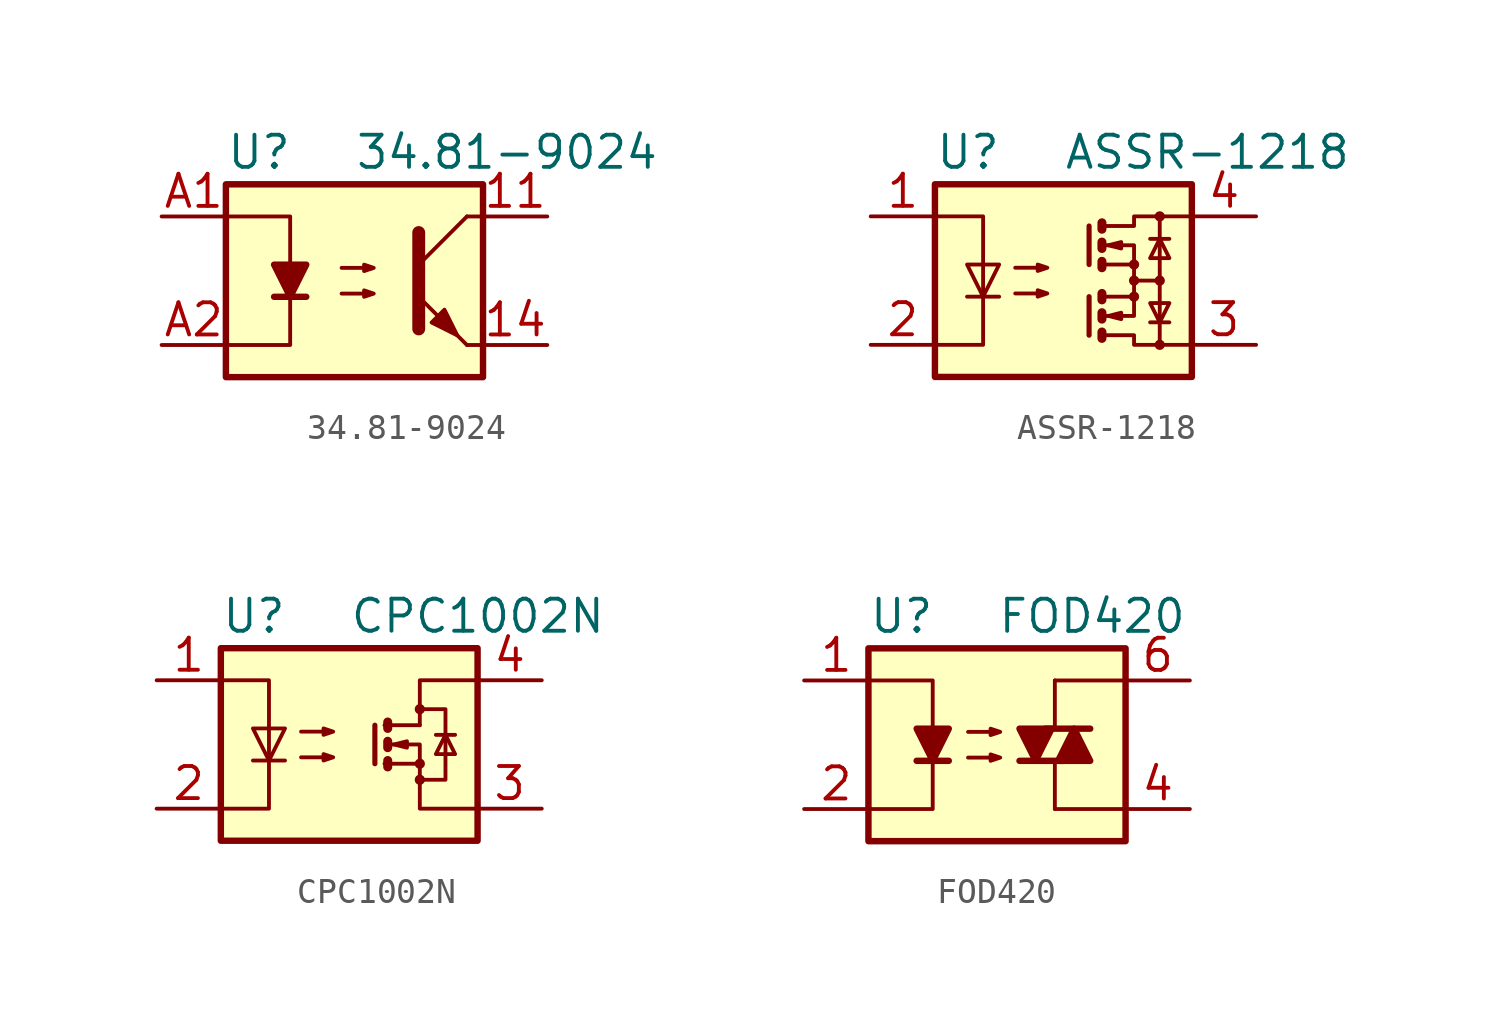
<source format=kicad_sym>
(kicad_symbol_lib
  (version 20201005)
  (generator kicad_symbol_editor)
  (symbol "34.81-9024"
    (pin_names
      (offset 1.016))
    (property "Reference" "U"
      (at -5.08 5.08 0)
      (effects (font (size 1.27 1.27)) (justify left)))
    (property "Value" "34.81-9024"
      (at 0 5.08 0)
      (effects (font (size 1.27 1.27)) (justify left)))
    (symbol "34.81-9024_0_1"
      (rectangle (start -5.08 3.81) (end 5.08 -3.81) (stroke (width 0.254)) (fill (type background)))
      (polyline (pts (xy -3.175 -0.635) (xy -1.905 -0.635)) (stroke (width 0.254)) (fill (type none)))
      (polyline (pts (xy 2.54 0.635) (xy 4.445 2.54)) (stroke (width 0)) (fill (type none)))
      (polyline (pts (xy 4.445 -2.54) (xy 2.54 -0.635)) (stroke (width 0)) (fill (type outline)))
      (polyline (pts (xy 4.445 -2.54) (xy 5.08 -2.54)) (stroke (width 0)) (fill (type none)))
      (polyline (pts (xy 4.445 2.54) (xy 5.08 2.54)) (stroke (width 0)) (fill (type none)))
      (polyline (pts (xy -5.08 2.54) (xy -2.54 2.54) (xy -2.54 0.635)) (stroke (width 0)) (fill (type none)))
      (polyline (pts (xy -2.54 -0.635) (xy -2.54 -2.54) (xy -5.08 -2.54)) (stroke (width 0)) (fill (type none)))
      (polyline (pts (xy 2.54 1.905) (xy 2.54 -1.905) (xy 2.54 -1.905)) (stroke (width 0.508)) (fill (type none)))
      (polyline (pts (xy -2.54 -0.635) (xy -3.175 0.635) (xy -1.905 0.635) (xy -2.54 -0.635)) (stroke (width 0.254)) (fill (type outline)))
      (polyline (pts (xy -0.508 -0.508) (xy 0.762 -0.508) (xy 0.381 -0.635) (xy 0.381 -0.381) (xy 0.762 -0.508)) (stroke (width 0)) (fill (type none)))
      (polyline (pts (xy -0.508 0.508) (xy 0.762 0.508) (xy 0.381 0.381) (xy 0.381 0.635) (xy 0.762 0.508)) (stroke (width 0)) (fill (type none)))
      (polyline (pts (xy 3.048 -1.651) (xy 3.556 -1.143) (xy 4.064 -2.159) (xy 3.048 -1.651) (xy 3.048 -1.651)) (stroke (width 0)) (fill (type outline))))
    (symbol "34.81-9024_1_1"
      (pin passive line (at 7.62 2.54 180) (length 2.54) (name "~" (effects (font (size 1.27 1.27)))) (number "11" (effects (font (size 1.27 1.27)))))
      (pin passive line (at 7.62 -2.54 180) (length 2.54) (name "~" (effects (font (size 1.27 1.27)))) (number "14" (effects (font (size 1.27 1.27)))))
      (pin passive line (at -7.62 2.54 0) (length 2.54) (name "~" (effects (font (size 1.27 1.27)))) (number "A1" (effects (font (size 1.27 1.27)))))
      (pin passive line (at -7.62 -2.54 0) (length 2.54) (name "~" (effects (font (size 1.27 1.27)))) (number "A2" (effects (font (size 1.27 1.27)))))))
  (symbol "ASSR-1218"
    (pin_names
      (offset 1.016))
    (property "Reference" "U"
      (at -5.08 5.08 0)
      (effects (font (size 1.27 1.27)) (justify left)))
    (property "Value" "ASSR-1218"
      (at 0 5.08 0)
      (effects (font (size 1.27 1.27)) (justify left)))
    (symbol "ASSR-1218_0_1"
      (circle (center 2.794 -0.635) (radius 0.127) (stroke (width 0)) (fill (type none)))
      (circle (center 2.794 0) (radius 0.127) (stroke (width 0)) (fill (type none)))
      (circle (center 2.794 0.635) (radius 0.127) (stroke (width 0)) (fill (type none)))
      (circle (center 3.81 -2.54) (radius 0.127) (stroke (width 0)) (fill (type none)))
      (circle (center 3.81 0) (radius 0.127) (stroke (width 0)) (fill (type none)))
      (circle (center 3.81 2.54) (radius 0.127) (stroke (width 0)) (fill (type none)))
      (rectangle (start -5.08 3.81) (end 5.08 -3.81) (stroke (width 0.254)) (fill (type background)))
      (polyline (pts (xy -3.81 -0.635) (xy -2.54 -0.635)) (stroke (width 0)) (fill (type none)))
      (polyline (pts (xy -3.175 0.635) (xy -3.175 -0.635)) (stroke (width 0)) (fill (type none)))
      (polyline (pts (xy 1.016 -0.635) (xy 1.016 -2.159)) (stroke (width 0.203)) (fill (type none)))
      (polyline (pts (xy 1.016 2.159) (xy 1.016 0.635)) (stroke (width 0.203)) (fill (type none)))
      (polyline (pts (xy 1.524 -0.508) (xy 1.524 -0.762)) (stroke (width 0.356)) (fill (type none)))
      (polyline (pts (xy 2.794 0) (xy 3.81 0)) (stroke (width 0)) (fill (type none)))
      (polyline (pts (xy 3.429 -1.651) (xy 4.191 -1.651)) (stroke (width 0)) (fill (type none)))
      (polyline (pts (xy 3.429 1.651) (xy 4.191 1.651)) (stroke (width 0)) (fill (type none)))
      (polyline (pts (xy 3.81 0) (xy 3.81 -2.54)) (stroke (width 0)) (fill (type none)))
      (polyline (pts (xy 3.81 0) (xy 3.81 2.54)) (stroke (width 0)) (fill (type none)))
      (polyline (pts (xy -5.08 2.54) (xy -3.175 2.54) (xy -3.175 0.635)) (stroke (width 0)) (fill (type none)))
      (polyline (pts (xy -3.175 -0.635) (xy -3.175 -2.54) (xy -5.08 -2.54)) (stroke (width 0)) (fill (type none)))
      (polyline (pts (xy 1.524 -2.032) (xy 1.524 -2.286) (xy 1.524 -2.286)) (stroke (width 0.356)) (fill (type none)))
      (polyline (pts (xy 1.524 -1.27) (xy 1.524 -1.524) (xy 1.524 -1.524)) (stroke (width 0.356)) (fill (type none)))
      (polyline (pts (xy 1.524 0.762) (xy 1.524 0.508) (xy 1.524 0.508)) (stroke (width 0.356)) (fill (type none)))
      (polyline (pts (xy 1.524 1.524) (xy 1.524 1.27) (xy 1.524 1.27)) (stroke (width 0.356)) (fill (type none)))
      (polyline (pts (xy 1.524 2.286) (xy 1.524 2.032) (xy 1.524 2.032)) (stroke (width 0.356)) (fill (type none)))
      (polyline (pts (xy 1.651 -1.397) (xy 2.794 -1.397) (xy 2.794 -0.635)) (stroke (width 0)) (fill (type none)))
      (polyline (pts (xy 1.651 1.397) (xy 2.794 1.397) (xy 2.794 0.635)) (stroke (width 0)) (fill (type none)))
      (polyline (pts (xy -3.175 -0.635) (xy -3.81 0.635) (xy -2.54 0.635) (xy -3.175 -0.635)) (stroke (width 0)) (fill (type none)))
      (polyline (pts (xy 1.651 -2.159) (xy 2.794 -2.159) (xy 2.794 -2.54) (xy 5.08 -2.54)) (stroke (width 0)) (fill (type none)))
      (polyline (pts (xy 1.651 -0.635) (xy 2.794 -0.635) (xy 2.794 0.635) (xy 1.651 0.635)) (stroke (width 0)) (fill (type none)))
      (polyline (pts (xy 1.651 2.159) (xy 2.794 2.159) (xy 2.794 2.54) (xy 5.08 2.54)) (stroke (width 0)) (fill (type none)))
      (polyline (pts (xy 1.778 -1.397) (xy 2.286 -1.27) (xy 2.286 -1.524) (xy 1.778 -1.397)) (stroke (width 0)) (fill (type none)))
      (polyline (pts (xy 1.778 1.397) (xy 2.286 1.524) (xy 2.286 1.27) (xy 1.778 1.397)) (stroke (width 0)) (fill (type none)))
      (polyline (pts (xy 3.81 -1.651) (xy 3.429 -0.889) (xy 4.191 -0.889) (xy 3.81 -1.651)) (stroke (width 0)) (fill (type none)))
      (polyline (pts (xy 3.81 1.651) (xy 3.429 0.889) (xy 4.191 0.889) (xy 3.81 1.651)) (stroke (width 0)) (fill (type none)))
      (polyline (pts (xy -1.905 -0.508) (xy -0.635 -0.508) (xy -1.016 -0.635) (xy -1.016 -0.381) (xy -0.635 -0.508)) (stroke (width 0)) (fill (type none)))
      (polyline (pts (xy -1.905 0.508) (xy -0.635 0.508) (xy -1.016 0.381) (xy -1.016 0.635) (xy -0.635 0.508)) (stroke (width 0)) (fill (type none))))
    (symbol "ASSR-1218_1_1"
      (pin passive line (at -7.62 2.54 0) (length 2.54) (name "~" (effects (font (size 1.27 1.27)))) (number "1" (effects (font (size 1.27 1.27)))))
      (pin passive line (at -7.62 -2.54 0) (length 2.54) (name "~" (effects (font (size 1.27 1.27)))) (number "2" (effects (font (size 1.27 1.27)))))
      (pin passive line (at 7.62 -2.54 180) (length 2.54) (name "~" (effects (font (size 1.27 1.27)))) (number "3" (effects (font (size 1.27 1.27)))))
      (pin passive line (at 7.62 2.54 180) (length 2.54) (name "~" (effects (font (size 1.27 1.27)))) (number "4" (effects (font (size 1.27 1.27)))))))
  (symbol "CPC1002N"
    (property "Reference" "U"
      (at -5.08 5.08 0)
      (effects (font (size 1.27 1.27)) (justify left)))
    (property "Value" "CPC1002N"
      (at 0 5.08 0)
      (effects (font (size 1.27 1.27)) (justify left)))
    (symbol "CPC1002N_0_1"
      (circle (center 2.794 -1.397) (radius 0.127) (stroke (width 0)) (fill (type none)))
      (circle (center 2.794 -0.762) (radius 0.127) (stroke (width 0)) (fill (type none)))
      (circle (center 2.794 1.397) (radius 0.127) (stroke (width 0)) (fill (type none)))
      (rectangle (start -5.08 3.81) (end 5.08 -3.81) (stroke (width 0.254)) (fill (type background)))
      (polyline (pts (xy -3.81 -0.635) (xy -2.54 -0.635)) (stroke (width 0)) (fill (type none)))
      (polyline (pts (xy -3.175 0.635) (xy -3.175 -0.635)) (stroke (width 0)) (fill (type none)))
      (polyline (pts (xy 1.016 0.762) (xy 1.016 -0.762)) (stroke (width 0.203)) (fill (type none)))
      (polyline (pts (xy 1.397 -0.762) (xy 2.794 -0.762)) (stroke (width 0)) (fill (type none)))
      (polyline (pts (xy 1.397 0.762) (xy 2.794 0.762)) (stroke (width 0)) (fill (type none)))
      (polyline (pts (xy 2.794 -0.762) (xy 2.794 -1.397)) (stroke (width 0)) (fill (type none)))
      (polyline (pts (xy 2.794 0.762) (xy 2.794 1.397)) (stroke (width 0)) (fill (type none)))
      (polyline (pts (xy 3.429 0.381) (xy 4.191 0.381)) (stroke (width 0)) (fill (type none)))
      (polyline (pts (xy -5.08 2.54) (xy -3.175 2.54) (xy -3.175 0.635)) (stroke (width 0)) (fill (type none)))
      (polyline (pts (xy -3.175 -0.635) (xy -3.175 -2.54) (xy -5.08 -2.54)) (stroke (width 0)) (fill (type none)))
      (polyline (pts (xy 1.524 -0.635) (xy 1.524 -0.889) (xy 1.524 -0.889)) (stroke (width 0.356)) (fill (type none)))
      (polyline (pts (xy 1.524 0.127) (xy 1.524 -0.127) (xy 1.524 -0.127)) (stroke (width 0.356)) (fill (type none)))
      (polyline (pts (xy 1.524 0.889) (xy 1.524 0.635) (xy 1.524 0.635)) (stroke (width 0.356)) (fill (type none)))
      (polyline (pts (xy 1.651 0) (xy 2.794 0) (xy 2.794 -0.762)) (stroke (width 0)) (fill (type none)))
      (polyline (pts (xy 2.794 -1.397) (xy 2.794 -2.54) (xy 5.08 -2.54)) (stroke (width 0)) (fill (type none)))
      (polyline (pts (xy 2.794 1.397) (xy 2.794 2.54) (xy 5.08 2.54)) (stroke (width 0)) (fill (type none)))
      (polyline (pts (xy -3.175 -0.635) (xy -3.81 0.635) (xy -2.54 0.635) (xy -3.175 -0.635)) (stroke (width 0)) (fill (type none)))
      (polyline (pts (xy 1.778 0) (xy 2.286 0.127) (xy 2.286 -0.127) (xy 1.778 0)) (stroke (width 0)) (fill (type none)))
      (polyline (pts (xy 2.794 -1.397) (xy 3.81 -1.397) (xy 3.81 1.397) (xy 2.794 1.397)) (stroke (width 0)) (fill (type none)))
      (polyline (pts (xy 3.81 0.381) (xy 3.429 -0.381) (xy 4.191 -0.381) (xy 3.81 0.381)) (stroke (width 0)) (fill (type none)))
      (polyline (pts (xy -1.905 -0.508) (xy -0.635 -0.508) (xy -1.016 -0.635) (xy -1.016 -0.381) (xy -0.635 -0.508)) (stroke (width 0)) (fill (type none)))
      (polyline (pts (xy -1.905 0.508) (xy -0.635 0.508) (xy -1.016 0.381) (xy -1.016 0.635) (xy -0.635 0.508)) (stroke (width 0)) (fill (type none))))
    (symbol "CPC1002N_1_1"
      (pin passive line (at -7.62 2.54 0) (length 2.54) (name "~" (effects (font (size 1.27 1.27)))) (number "1" (effects (font (size 1.27 1.27)))))
      (pin passive line (at -7.62 -2.54 0) (length 2.54) (name "~" (effects (font (size 1.27 1.27)))) (number "2" (effects (font (size 1.27 1.27)))))
      (pin passive line (at 7.62 -2.54 180) (length 2.54) (name "~" (effects (font (size 1.27 1.27)))) (number "3" (effects (font (size 1.27 1.27)))))
      (pin passive line (at 7.62 2.54 180) (length 2.54) (name "~" (effects (font (size 1.27 1.27)))) (number "4" (effects (font (size 1.27 1.27)))))))
  (symbol "FOD420"
    (pin_names
      (offset 1.016))
    (property "Reference" "U"
      (at -5.08 5.08 0)
      (effects (font (size 1.27 1.27)) (justify left)))
    (property "Value" "FOD420"
      (at 0 5.08 0)
      (effects (font (size 1.27 1.27)) (justify left)))
    (symbol "FOD420_0_1"
      (rectangle (start -5.08 3.81) (end 5.08 -3.81) (stroke (width 0.254)) (fill (type background)))
      (polyline (pts (xy -3.175 -0.635) (xy -1.905 -0.635)) (stroke (width 0.254)) (fill (type none)))
      (polyline (pts (xy 1.905 0.635) (xy 3.683 0.635)) (stroke (width 0.254)) (fill (type none)))
      (polyline (pts (xy 2.286 -2.54) (xy 2.286 -0.635)) (stroke (width 0)) (fill (type none)))
      (polyline (pts (xy 2.286 -2.54) (xy 5.08 -2.54)) (stroke (width 0)) (fill (type none)))
      (polyline (pts (xy 2.286 2.54) (xy 2.286 0.635)) (stroke (width 0)) (fill (type none)))
      (polyline (pts (xy 2.286 2.54) (xy 5.08 2.54)) (stroke (width 0)) (fill (type none)))
      (polyline (pts (xy 2.667 -0.635) (xy 0.889 -0.635)) (stroke (width 0.254)) (fill (type none)))
      (polyline (pts (xy -5.08 2.54) (xy -2.54 2.54) (xy -2.54 0.635)) (stroke (width 0)) (fill (type none)))
      (polyline (pts (xy -2.54 -0.635) (xy -2.54 -2.54) (xy -5.08 -2.54)) (stroke (width 0)) (fill (type none)))
      (polyline (pts (xy -2.54 -0.635) (xy -3.175 0.635) (xy -1.905 0.635) (xy -2.54 -0.635)) (stroke (width 0.254)) (fill (type outline)))
      (polyline (pts (xy 1.524 -0.635) (xy 2.159 0.635) (xy 0.889 0.635) (xy 1.524 -0.635)) (stroke (width 0.254)) (fill (type outline)))
      (polyline (pts (xy 3.048 0.635) (xy 2.413 -0.635) (xy 3.683 -0.635) (xy 3.048 0.635)) (stroke (width 0.254)) (fill (type outline)))
      (polyline (pts (xy -1.143 -0.508) (xy 0.127 -0.508) (xy -0.254 -0.635) (xy -0.254 -0.381) (xy 0.127 -0.508)) (stroke (width 0)) (fill (type none)))
      (polyline (pts (xy -1.143 0.508) (xy 0.127 0.508) (xy -0.254 0.381) (xy -0.254 0.635) (xy 0.127 0.508)) (stroke (width 0)) (fill (type none))))
    (symbol "FOD420_1_1"
      (pin passive line (at -7.62 2.54 0) (length 2.54) (name "~" (effects (font (size 1.27 1.27)))) (number "1" (effects (font (size 1.27 1.27)))))
      (pin passive line (at -7.62 -2.54 0) (length 2.54) (name "~" (effects (font (size 1.27 1.27)))) (number "2" (effects (font (size 1.27 1.27)))))
      (pin no_connect line (at -7.62 0 0) (length 2.54) hide (name "NC" (effects (font (size 1.27 1.27)))) (number "3" (effects (font (size 1.27 1.27)))))
      (pin passive line (at 7.62 -2.54 180) (length 2.54) (name "~" (effects (font (size 1.27 1.27)))) (number "4" (effects (font (size 1.27 1.27)))))
      (pin no_connect line (at 7.62 0 180) (length 2.54) hide (name "NC" (effects (font (size 1.27 1.27)))) (number "5" (effects (font (size 1.27 1.27)))))
      (pin passive line (at 7.62 2.54 180) (length 2.54) (name "~" (effects (font (size 1.27 1.27)))) (number "6" (effects (font (size 1.27 1.27))))))))
</source>
